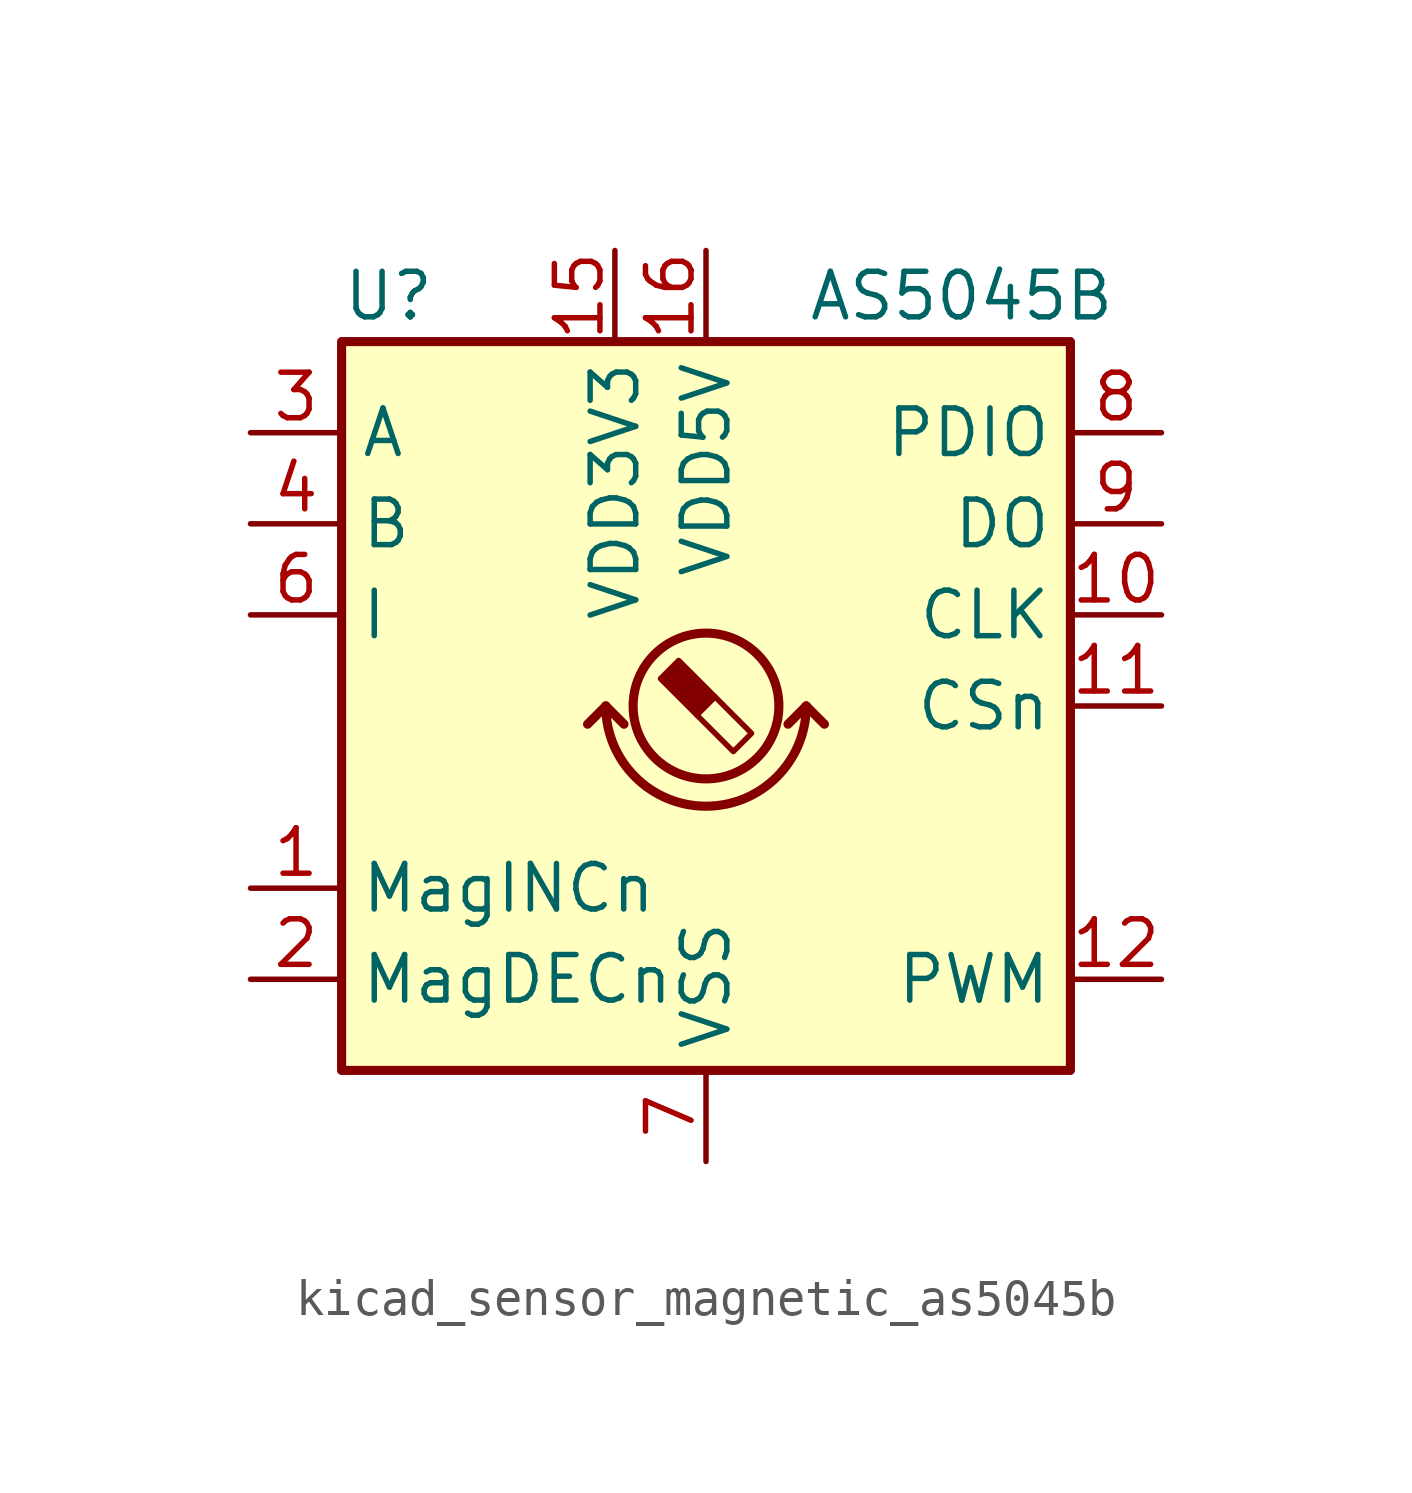
<source format=kicad_sym>
(kicad_symbol_lib
  (version 20220914)
  (generator kicad_symbol_editor)
  (symbol "kicad_sensor_magnetic_as5045b"
    (property "Reference" "U"
      (at -10.16 11.43 0)
      (effects (font (size 1.27 1.27)) (justify left)))
    (property "Value" "AS5045B"
      (at 11.43 11.43 0)
      (effects (font (size 1.27 1.27)) (justify right)))
    (symbol "kicad_sensor_magnetic_as5045b_0_1"
      (rectangle (start -10.16 10.16) (end 10.16 -10.16) (stroke (width 0.254) (type default)) (fill (type background)))
      (arc (start -2.794 0) (mid 0 -2.7819) (end 2.794 0) (stroke (width 0.254) (type default)) (fill (type none)))
      (polyline (pts (xy -2.794 0) (xy -3.302 -0.508)) (stroke (width 0.254) (type default)) (fill (type none)))
      (polyline (pts (xy -2.794 0) (xy -2.286 -0.508)) (stroke (width 0.254) (type default)) (fill (type none)))
      (polyline (pts (xy 2.794 0) (xy 2.286 -0.508)) (stroke (width 0.254) (type default)) (fill (type none)))
      (polyline (pts (xy 2.794 0) (xy 3.302 -0.508)) (stroke (width 0.254) (type default)) (fill (type none)))
      (polyline (pts (xy 0.254 0.254) (xy 1.27 -0.762) (xy 0.762 -1.27) (xy -0.254 -0.254)) (stroke (width 0) (type default)) (fill (type none)))
      (polyline (pts (xy -0.762 1.27) (xy 0.254 0.254) (xy -0.254 -0.254) (xy -1.27 0.762) (xy -1.016 1.016) (xy -0.762 1.27) (xy -0.635 1.143)) (stroke (width 0) (type default)) (fill (type outline)))
      (circle (center 0 0) (radius 2.032) (stroke (width 0.254) (type default)) (fill (type none))))
    (symbol "kicad_sensor_magnetic_as5045b_1_1"
      (pin open_collector line (at -12.7 -5.08 0) (length 2.54) (name "MagINCn" (effects (font (size 1.27 1.27)))) (number "1" (effects (font (size 1.27 1.27)))))
      (pin input line (at 12.7 2.54 180) (length 2.54) (name "CLK" (effects (font (size 1.27 1.27)))) (number "10" (effects (font (size 1.27 1.27)))))
      (pin input line (at 12.7 0 180) (length 2.54) (name "CSn" (effects (font (size 1.27 1.27)))) (number "11" (effects (font (size 1.27 1.27)))))
      (pin output line (at 12.7 -7.62 180) (length 2.54) (name "PWM" (effects (font (size 1.27 1.27)))) (number "12" (effects (font (size 1.27 1.27)))))
      (pin no_connect line (at 10.16 -5.08 180) (length 2.54) hide (name "NC" (effects (font (size 1.27 1.27)))) (number "13" (effects (font (size 1.27 1.27)))))
      (pin no_connect line (at 2.54 -10.16 90) (length 2.54) hide (name "NC" (effects (font (size 1.27 1.27)))) (number "14" (effects (font (size 1.27 1.27)))))
      (pin power_in line (at -2.54 12.7 270) (length 2.54) (name "VDD3V3" (effects (font (size 1.27 1.27)))) (number "15" (effects (font (size 1.27 1.27)))))
      (pin power_in line (at 0 12.7 270) (length 2.54) (name "VDD5V" (effects (font (size 1.27 1.27)))) (number "16" (effects (font (size 1.27 1.27)))))
      (pin open_collector line (at -12.7 -7.62 0) (length 2.54) (name "MagDECn" (effects (font (size 1.27 1.27)))) (number "2" (effects (font (size 1.27 1.27)))))
      (pin output line (at -12.7 7.62 0) (length 2.54) (name "A" (effects (font (size 1.27 1.27)))) (number "3" (effects (font (size 1.27 1.27)))))
      (pin output line (at -12.7 5.08 0) (length 2.54) (name "B" (effects (font (size 1.27 1.27)))) (number "4" (effects (font (size 1.27 1.27)))))
      (pin no_connect line (at 10.16 -2.54 180) (length 2.54) hide (name "NC" (effects (font (size 1.27 1.27)))) (number "5" (effects (font (size 1.27 1.27)))))
      (pin output line (at -12.7 2.54 0) (length 2.54) (name "I" (effects (font (size 1.27 1.27)))) (number "6" (effects (font (size 1.27 1.27)))))
      (pin power_in line (at 0 -12.7 90) (length 2.54) (name "VSS" (effects (font (size 1.27 1.27)))) (number "7" (effects (font (size 1.27 1.27)))))
      (pin input line (at 12.7 7.62 180) (length 2.54) (name "PDIO" (effects (font (size 1.27 1.27)))) (number "8" (effects (font (size 1.27 1.27)))))
      (pin output line (at 12.7 5.08 180) (length 2.54) (name "DO" (effects (font (size 1.27 1.27)))) (number "9" (effects (font (size 1.27 1.27))))))))
</source>
